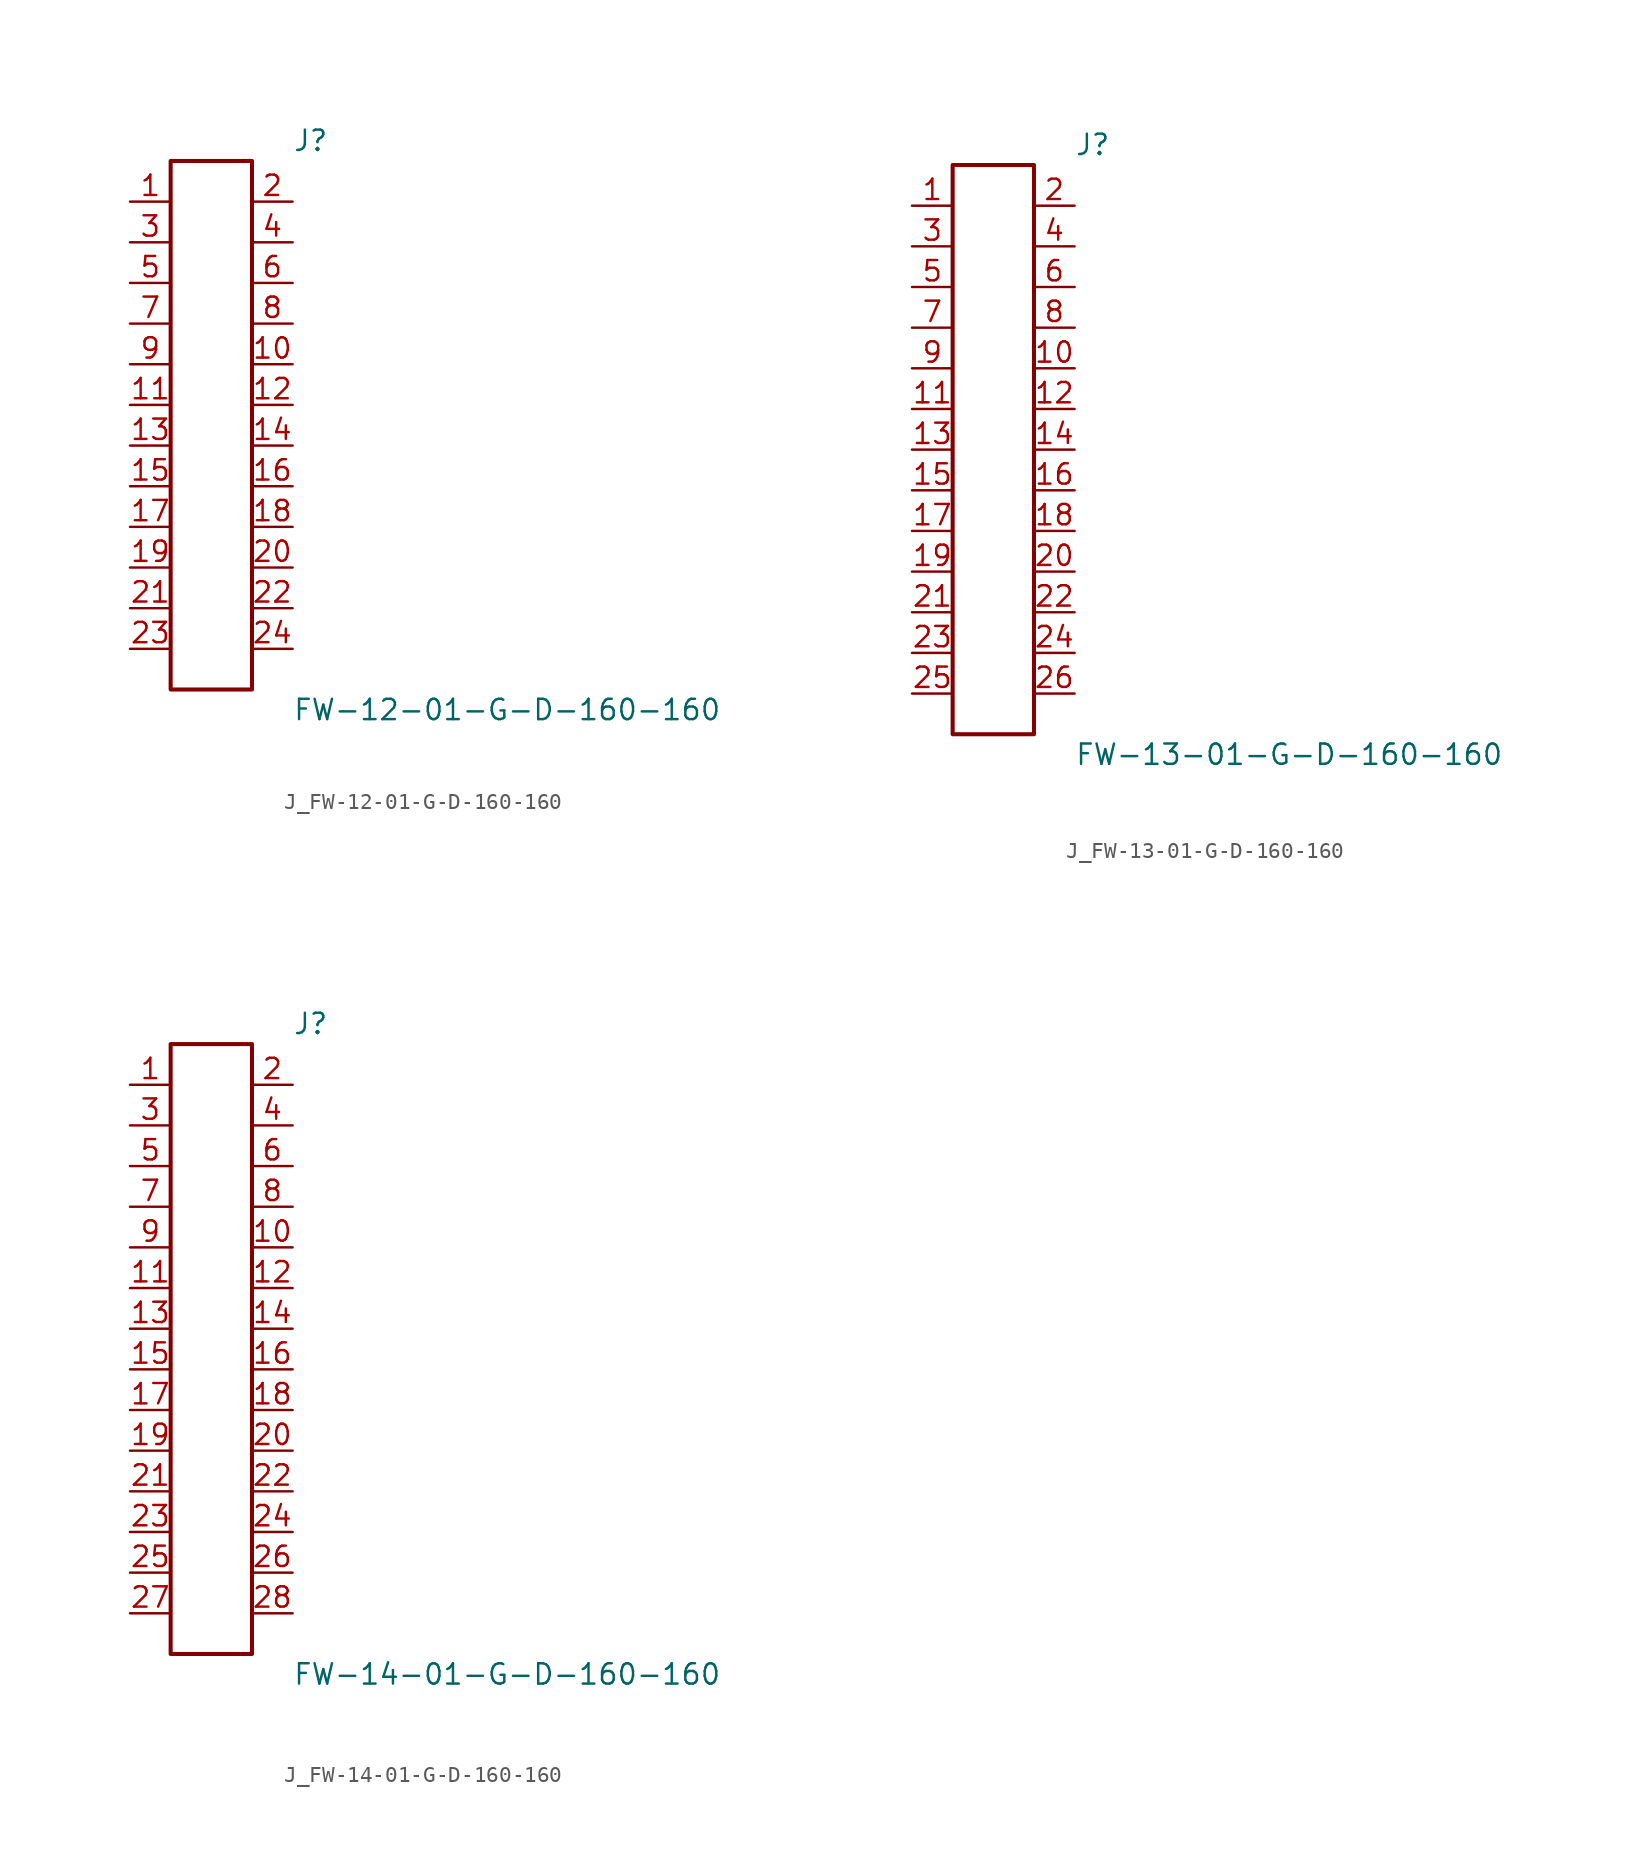
<source format=kicad_sym>
(kicad_symbol_lib
  (version 20231120)
  (generator kicad_symbol_editor)
  (generator_version 8.0)
  (symbol "J_FW-12-01-G-D-160-160"
    (pin_names
      (offset 0.254))
    (property "Reference" "J"
      (at 5.08 17.78 0)
      (effects (font (size 1.27 1.27)) (justify left)))
    (property "Value" "FW-12-01-G-D-160-160"
      (at 5.08 -17.78 0)
      (effects (font (size 1.27 1.27)) (justify left)))
    (symbol "J_FW-12-01-G-D-160-160_0_0"
      (pin unspecified line (at -5.08 13.97 0) (length 2.54) (name "" (effects (font (size 1.27 1.27)))) (number "1" (effects (font (size 1.27 1.27)))))
      (pin unspecified line (at 5.08 13.97 180) (length 2.54) (name "" (effects (font (size 1.27 1.27)))) (number "2" (effects (font (size 1.27 1.27)))))
      (pin unspecified line (at -5.08 11.43 0) (length 2.54) (name "" (effects (font (size 1.27 1.27)))) (number "3" (effects (font (size 1.27 1.27)))))
      (pin unspecified line (at 5.08 11.43 180) (length 2.54) (name "" (effects (font (size 1.27 1.27)))) (number "4" (effects (font (size 1.27 1.27)))))
      (pin unspecified line (at -5.08 8.89 0) (length 2.54) (name "" (effects (font (size 1.27 1.27)))) (number "5" (effects (font (size 1.27 1.27)))))
      (pin unspecified line (at 5.08 8.89 180) (length 2.54) (name "" (effects (font (size 1.27 1.27)))) (number "6" (effects (font (size 1.27 1.27)))))
      (pin unspecified line (at -5.08 6.35 0) (length 2.54) (name "" (effects (font (size 1.27 1.27)))) (number "7" (effects (font (size 1.27 1.27)))))
      (pin unspecified line (at 5.08 6.35 180) (length 2.54) (name "" (effects (font (size 1.27 1.27)))) (number "8" (effects (font (size 1.27 1.27)))))
      (pin unspecified line (at -5.08 3.81 0) (length 2.54) (name "" (effects (font (size 1.27 1.27)))) (number "9" (effects (font (size 1.27 1.27)))))
      (pin unspecified line (at 5.08 3.81 180) (length 2.54) (name "" (effects (font (size 1.27 1.27)))) (number "10" (effects (font (size 1.27 1.27)))))
      (pin unspecified line (at -5.08 1.27 0) (length 2.54) (name "" (effects (font (size 1.27 1.27)))) (number "11" (effects (font (size 1.27 1.27)))))
      (pin unspecified line (at 5.08 1.27 180) (length 2.54) (name "" (effects (font (size 1.27 1.27)))) (number "12" (effects (font (size 1.27 1.27)))))
      (pin unspecified line (at -5.08 -1.27 0) (length 2.54) (name "" (effects (font (size 1.27 1.27)))) (number "13" (effects (font (size 1.27 1.27)))))
      (pin unspecified line (at 5.08 -1.27 180) (length 2.54) (name "" (effects (font (size 1.27 1.27)))) (number "14" (effects (font (size 1.27 1.27)))))
      (pin unspecified line (at -5.08 -3.81 0) (length 2.54) (name "" (effects (font (size 1.27 1.27)))) (number "15" (effects (font (size 1.27 1.27)))))
      (pin unspecified line (at 5.08 -3.81 180) (length 2.54) (name "" (effects (font (size 1.27 1.27)))) (number "16" (effects (font (size 1.27 1.27)))))
      (pin unspecified line (at -5.08 -6.35 0) (length 2.54) (name "" (effects (font (size 1.27 1.27)))) (number "17" (effects (font (size 1.27 1.27)))))
      (pin unspecified line (at 5.08 -6.35 180) (length 2.54) (name "" (effects (font (size 1.27 1.27)))) (number "18" (effects (font (size 1.27 1.27)))))
      (pin unspecified line (at -5.08 -8.89 0) (length 2.54) (name "" (effects (font (size 1.27 1.27)))) (number "19" (effects (font (size 1.27 1.27)))))
      (pin unspecified line (at 5.08 -8.89 180) (length 2.54) (name "" (effects (font (size 1.27 1.27)))) (number "20" (effects (font (size 1.27 1.27)))))
      (pin unspecified line (at -5.08 -11.43 0) (length 2.54) (name "" (effects (font (size 1.27 1.27)))) (number "21" (effects (font (size 1.27 1.27)))))
      (pin unspecified line (at 5.08 -11.43 180) (length 2.54) (name "" (effects (font (size 1.27 1.27)))) (number "22" (effects (font (size 1.27 1.27)))))
      (pin unspecified line (at -5.08 -13.97 0) (length 2.54) (name "" (effects (font (size 1.27 1.27)))) (number "23" (effects (font (size 1.27 1.27)))))
      (pin unspecified line (at 5.08 -13.97 180) (length 2.54) (name "" (effects (font (size 1.27 1.27)))) (number "24" (effects (font (size 1.27 1.27))))))
    (symbol "J_FW-12-01-G-D-160-160_1_0"
      (rectangle (start -2.54 16.51) (end 2.54 -16.51) (stroke (width 0.254) (type solid)) (fill (type none)))))
  (symbol "J_FW-13-01-G-D-160-160"
    (pin_names
      (offset 0.254))
    (property "Reference" "J"
      (at 5.08 19.05 0)
      (effects (font (size 1.27 1.27)) (justify left)))
    (property "Value" "FW-13-01-G-D-160-160"
      (at 5.08 -19.05 0)
      (effects (font (size 1.27 1.27)) (justify left)))
    (symbol "J_FW-13-01-G-D-160-160_0_0"
      (pin unspecified line (at -5.08 15.24 0) (length 2.54) (name "" (effects (font (size 1.27 1.27)))) (number "1" (effects (font (size 1.27 1.27)))))
      (pin unspecified line (at 5.08 15.24 180) (length 2.54) (name "" (effects (font (size 1.27 1.27)))) (number "2" (effects (font (size 1.27 1.27)))))
      (pin unspecified line (at -5.08 12.7 0) (length 2.54) (name "" (effects (font (size 1.27 1.27)))) (number "3" (effects (font (size 1.27 1.27)))))
      (pin unspecified line (at 5.08 12.7 180) (length 2.54) (name "" (effects (font (size 1.27 1.27)))) (number "4" (effects (font (size 1.27 1.27)))))
      (pin unspecified line (at -5.08 10.16 0) (length 2.54) (name "" (effects (font (size 1.27 1.27)))) (number "5" (effects (font (size 1.27 1.27)))))
      (pin unspecified line (at 5.08 10.16 180) (length 2.54) (name "" (effects (font (size 1.27 1.27)))) (number "6" (effects (font (size 1.27 1.27)))))
      (pin unspecified line (at -5.08 7.62 0) (length 2.54) (name "" (effects (font (size 1.27 1.27)))) (number "7" (effects (font (size 1.27 1.27)))))
      (pin unspecified line (at 5.08 7.62 180) (length 2.54) (name "" (effects (font (size 1.27 1.27)))) (number "8" (effects (font (size 1.27 1.27)))))
      (pin unspecified line (at -5.08 5.08 0) (length 2.54) (name "" (effects (font (size 1.27 1.27)))) (number "9" (effects (font (size 1.27 1.27)))))
      (pin unspecified line (at 5.08 5.08 180) (length 2.54) (name "" (effects (font (size 1.27 1.27)))) (number "10" (effects (font (size 1.27 1.27)))))
      (pin unspecified line (at -5.08 2.54 0) (length 2.54) (name "" (effects (font (size 1.27 1.27)))) (number "11" (effects (font (size 1.27 1.27)))))
      (pin unspecified line (at 5.08 2.54 180) (length 2.54) (name "" (effects (font (size 1.27 1.27)))) (number "12" (effects (font (size 1.27 1.27)))))
      (pin unspecified line (at -5.08 0.0 0) (length 2.54) (name "" (effects (font (size 1.27 1.27)))) (number "13" (effects (font (size 1.27 1.27)))))
      (pin unspecified line (at 5.08 0.0 180) (length 2.54) (name "" (effects (font (size 1.27 1.27)))) (number "14" (effects (font (size 1.27 1.27)))))
      (pin unspecified line (at -5.08 -2.54 0) (length 2.54) (name "" (effects (font (size 1.27 1.27)))) (number "15" (effects (font (size 1.27 1.27)))))
      (pin unspecified line (at 5.08 -2.54 180) (length 2.54) (name "" (effects (font (size 1.27 1.27)))) (number "16" (effects (font (size 1.27 1.27)))))
      (pin unspecified line (at -5.08 -5.08 0) (length 2.54) (name "" (effects (font (size 1.27 1.27)))) (number "17" (effects (font (size 1.27 1.27)))))
      (pin unspecified line (at 5.08 -5.08 180) (length 2.54) (name "" (effects (font (size 1.27 1.27)))) (number "18" (effects (font (size 1.27 1.27)))))
      (pin unspecified line (at -5.08 -7.62 0) (length 2.54) (name "" (effects (font (size 1.27 1.27)))) (number "19" (effects (font (size 1.27 1.27)))))
      (pin unspecified line (at 5.08 -7.62 180) (length 2.54) (name "" (effects (font (size 1.27 1.27)))) (number "20" (effects (font (size 1.27 1.27)))))
      (pin unspecified line (at -5.08 -10.16 0) (length 2.54) (name "" (effects (font (size 1.27 1.27)))) (number "21" (effects (font (size 1.27 1.27)))))
      (pin unspecified line (at 5.08 -10.16 180) (length 2.54) (name "" (effects (font (size 1.27 1.27)))) (number "22" (effects (font (size 1.27 1.27)))))
      (pin unspecified line (at -5.08 -12.7 0) (length 2.54) (name "" (effects (font (size 1.27 1.27)))) (number "23" (effects (font (size 1.27 1.27)))))
      (pin unspecified line (at 5.08 -12.7 180) (length 2.54) (name "" (effects (font (size 1.27 1.27)))) (number "24" (effects (font (size 1.27 1.27)))))
      (pin unspecified line (at -5.08 -15.24 0) (length 2.54) (name "" (effects (font (size 1.27 1.27)))) (number "25" (effects (font (size 1.27 1.27)))))
      (pin unspecified line (at 5.08 -15.24 180) (length 2.54) (name "" (effects (font (size 1.27 1.27)))) (number "26" (effects (font (size 1.27 1.27))))))
    (symbol "J_FW-13-01-G-D-160-160_1_0"
      (rectangle (start -2.54 17.78) (end 2.54 -17.78) (stroke (width 0.254) (type solid)) (fill (type none)))))
  (symbol "J_FW-14-01-G-D-160-160"
    (pin_names
      (offset 0.254))
    (property "Reference" "J"
      (at 5.08 20.32 0)
      (effects (font (size 1.27 1.27)) (justify left)))
    (property "Value" "FW-14-01-G-D-160-160"
      (at 5.08 -20.32 0)
      (effects (font (size 1.27 1.27)) (justify left)))
    (symbol "J_FW-14-01-G-D-160-160_0_0"
      (pin unspecified line (at -5.08 16.51 0) (length 2.54) (name "" (effects (font (size 1.27 1.27)))) (number "1" (effects (font (size 1.27 1.27)))))
      (pin unspecified line (at 5.08 16.51 180) (length 2.54) (name "" (effects (font (size 1.27 1.27)))) (number "2" (effects (font (size 1.27 1.27)))))
      (pin unspecified line (at -5.08 13.97 0) (length 2.54) (name "" (effects (font (size 1.27 1.27)))) (number "3" (effects (font (size 1.27 1.27)))))
      (pin unspecified line (at 5.08 13.97 180) (length 2.54) (name "" (effects (font (size 1.27 1.27)))) (number "4" (effects (font (size 1.27 1.27)))))
      (pin unspecified line (at -5.08 11.43 0) (length 2.54) (name "" (effects (font (size 1.27 1.27)))) (number "5" (effects (font (size 1.27 1.27)))))
      (pin unspecified line (at 5.08 11.43 180) (length 2.54) (name "" (effects (font (size 1.27 1.27)))) (number "6" (effects (font (size 1.27 1.27)))))
      (pin unspecified line (at -5.08 8.89 0) (length 2.54) (name "" (effects (font (size 1.27 1.27)))) (number "7" (effects (font (size 1.27 1.27)))))
      (pin unspecified line (at 5.08 8.89 180) (length 2.54) (name "" (effects (font (size 1.27 1.27)))) (number "8" (effects (font (size 1.27 1.27)))))
      (pin unspecified line (at -5.08 6.35 0) (length 2.54) (name "" (effects (font (size 1.27 1.27)))) (number "9" (effects (font (size 1.27 1.27)))))
      (pin unspecified line (at 5.08 6.35 180) (length 2.54) (name "" (effects (font (size 1.27 1.27)))) (number "10" (effects (font (size 1.27 1.27)))))
      (pin unspecified line (at -5.08 3.81 0) (length 2.54) (name "" (effects (font (size 1.27 1.27)))) (number "11" (effects (font (size 1.27 1.27)))))
      (pin unspecified line (at 5.08 3.81 180) (length 2.54) (name "" (effects (font (size 1.27 1.27)))) (number "12" (effects (font (size 1.27 1.27)))))
      (pin unspecified line (at -5.08 1.27 0) (length 2.54) (name "" (effects (font (size 1.27 1.27)))) (number "13" (effects (font (size 1.27 1.27)))))
      (pin unspecified line (at 5.08 1.27 180) (length 2.54) (name "" (effects (font (size 1.27 1.27)))) (number "14" (effects (font (size 1.27 1.27)))))
      (pin unspecified line (at -5.08 -1.27 0) (length 2.54) (name "" (effects (font (size 1.27 1.27)))) (number "15" (effects (font (size 1.27 1.27)))))
      (pin unspecified line (at 5.08 -1.27 180) (length 2.54) (name "" (effects (font (size 1.27 1.27)))) (number "16" (effects (font (size 1.27 1.27)))))
      (pin unspecified line (at -5.08 -3.81 0) (length 2.54) (name "" (effects (font (size 1.27 1.27)))) (number "17" (effects (font (size 1.27 1.27)))))
      (pin unspecified line (at 5.08 -3.81 180) (length 2.54) (name "" (effects (font (size 1.27 1.27)))) (number "18" (effects (font (size 1.27 1.27)))))
      (pin unspecified line (at -5.08 -6.35 0) (length 2.54) (name "" (effects (font (size 1.27 1.27)))) (number "19" (effects (font (size 1.27 1.27)))))
      (pin unspecified line (at 5.08 -6.35 180) (length 2.54) (name "" (effects (font (size 1.27 1.27)))) (number "20" (effects (font (size 1.27 1.27)))))
      (pin unspecified line (at -5.08 -8.89 0) (length 2.54) (name "" (effects (font (size 1.27 1.27)))) (number "21" (effects (font (size 1.27 1.27)))))
      (pin unspecified line (at 5.08 -8.89 180) (length 2.54) (name "" (effects (font (size 1.27 1.27)))) (number "22" (effects (font (size 1.27 1.27)))))
      (pin unspecified line (at -5.08 -11.43 0) (length 2.54) (name "" (effects (font (size 1.27 1.27)))) (number "23" (effects (font (size 1.27 1.27)))))
      (pin unspecified line (at 5.08 -11.43 180) (length 2.54) (name "" (effects (font (size 1.27 1.27)))) (number "24" (effects (font (size 1.27 1.27)))))
      (pin unspecified line (at -5.08 -13.97 0) (length 2.54) (name "" (effects (font (size 1.27 1.27)))) (number "25" (effects (font (size 1.27 1.27)))))
      (pin unspecified line (at 5.08 -13.97 180) (length 2.54) (name "" (effects (font (size 1.27 1.27)))) (number "26" (effects (font (size 1.27 1.27)))))
      (pin unspecified line (at -5.08 -16.51 0) (length 2.54) (name "" (effects (font (size 1.27 1.27)))) (number "27" (effects (font (size 1.27 1.27)))))
      (pin unspecified line (at 5.08 -16.51 180) (length 2.54) (name "" (effects (font (size 1.27 1.27)))) (number "28" (effects (font (size 1.27 1.27))))))
    (symbol "J_FW-14-01-G-D-160-160_1_0"
      (rectangle (start -2.54 19.05) (end 2.54 -19.05) (stroke (width 0.254) (type solid)) (fill (type none))))))
</source>
